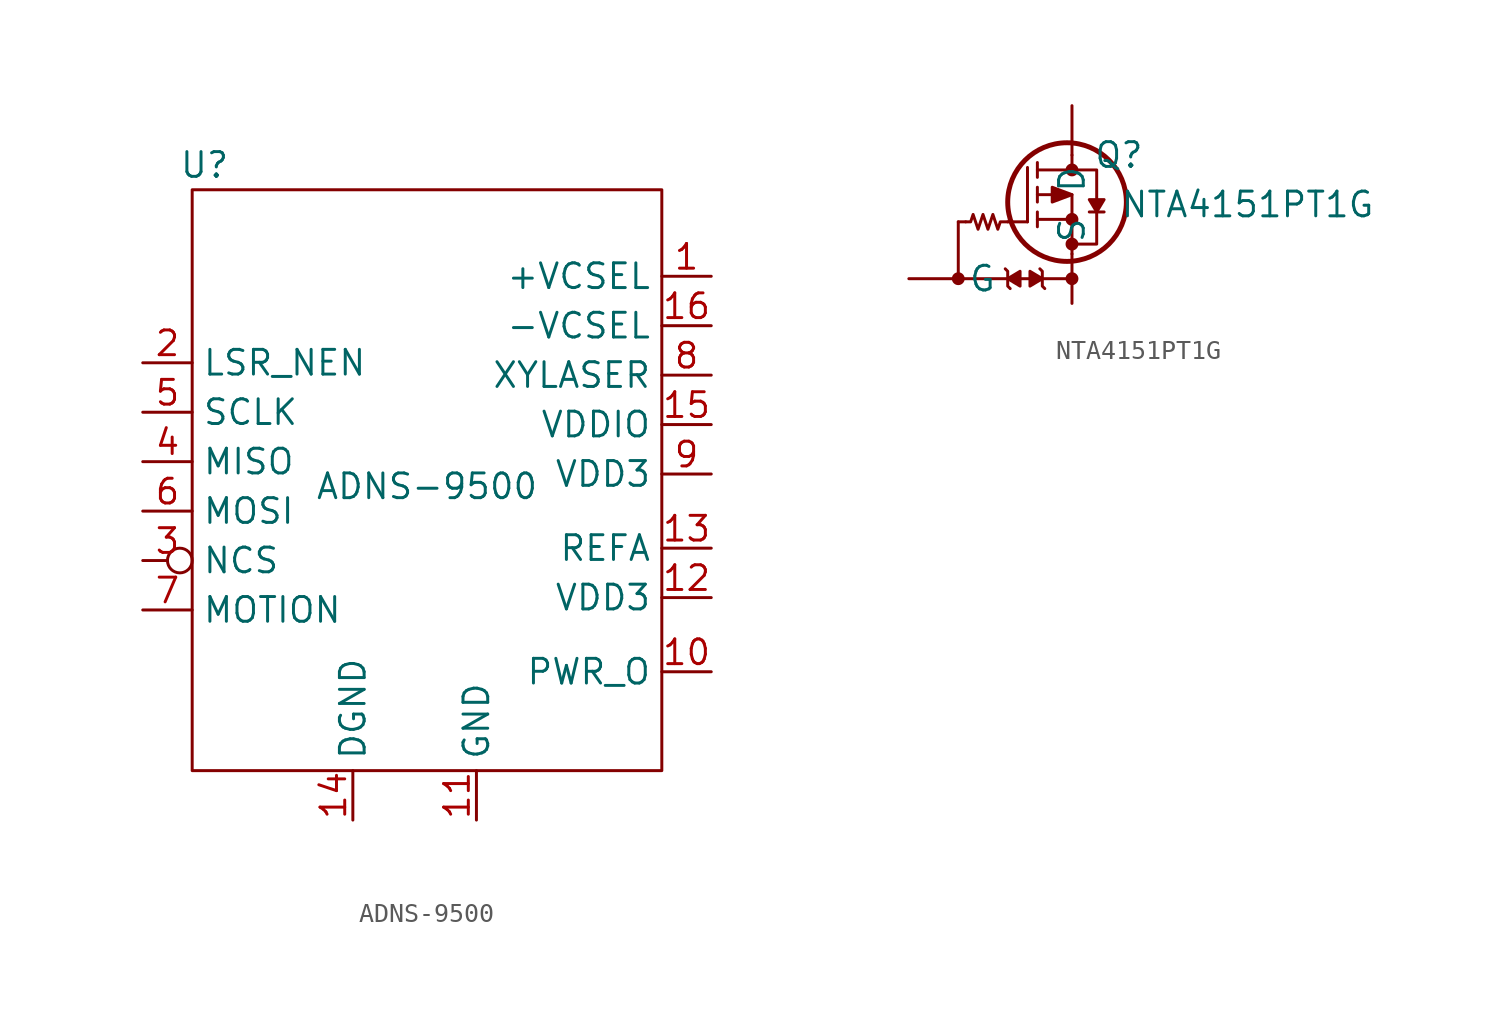
<source format=kicad_sym>
(kicad_symbol_lib
  (version 20220914)
  (generator kicad_symbol_editor)
  (symbol "ADNS-9500"
    (property "Reference" "U"
      (at -11.43 16.51 0)
      (effects (font (size 1.27 1.27))))
    (property "Value" "ADNS-9500"
      (at 0 0 0)
      (effects (font (size 1.27 1.27))))
    (symbol "ADNS-9500_0_1"
      (polyline (pts (xy 12.065 -14.605) (xy 12.065 15.24) (xy -12.065 15.24) (xy -12.065 -14.605) (xy 12.065 -14.605)) (stroke (width 0) (type default)) (fill (type none))))
    (symbol "ADNS-9500_1_1"
      (pin input line (at 14.605 10.795 180) (length 2.54) (name "+VCSEL" (effects (font (size 1.27 1.27)))) (number "1" (effects (font (size 1.27 1.27)))))
      (pin input line (at 14.605 -9.525 180) (length 2.54) (name "PWR_O" (effects (font (size 1.27 1.27)))) (number "10" (effects (font (size 1.27 1.27)))))
      (pin input line (at 2.54 -17.145 90) (length 2.54) (name "GND" (effects (font (size 1.27 1.27)))) (number "11" (effects (font (size 1.27 1.27)))))
      (pin input line (at 14.605 -5.715 180) (length 2.54) (name "VDD3" (effects (font (size 1.27 1.27)))) (number "12" (effects (font (size 1.27 1.27)))))
      (pin input line (at 14.605 -3.175 180) (length 2.54) (name "REFA" (effects (font (size 1.27 1.27)))) (number "13" (effects (font (size 1.27 1.27)))))
      (pin input line (at -3.81 -17.145 90) (length 2.54) (name "DGND" (effects (font (size 1.27 1.27)))) (number "14" (effects (font (size 1.27 1.27)))))
      (pin input line (at 14.605 3.175 180) (length 2.54) (name "VDDIO" (effects (font (size 1.27 1.27)))) (number "15" (effects (font (size 1.27 1.27)))))
      (pin input line (at 14.605 8.255 180) (length 2.54) (name "-VCSEL" (effects (font (size 1.27 1.27)))) (number "16" (effects (font (size 1.27 1.27)))))
      (pin output line (at -14.605 6.35 0) (length 2.54) (name "LSR_NEN" (effects (font (size 1.27 1.27)))) (number "2" (effects (font (size 1.27 1.27)))))
      (pin input inverted (at -14.605 -3.81 0) (length 2.54) (name "NCS" (effects (font (size 1.27 1.27)))) (number "3" (effects (font (size 1.27 1.27)))))
      (pin bidirectional line (at -14.605 1.27 0) (length 2.54) (name "MISO" (effects (font (size 1.27 1.27)))) (number "4" (effects (font (size 1.27 1.27)))))
      (pin input line (at -14.605 3.81 0) (length 2.54) (name "SCLK" (effects (font (size 1.27 1.27)))) (number "5" (effects (font (size 1.27 1.27)))))
      (pin bidirectional line (at -14.605 -1.27 0) (length 2.54) (name "MOSI" (effects (font (size 1.27 1.27)))) (number "6" (effects (font (size 1.27 1.27)))))
      (pin output line (at -14.605 -6.35 0) (length 2.54) (name "MOTION" (effects (font (size 1.27 1.27)))) (number "7" (effects (font (size 1.27 1.27)))))
      (pin output line (at 14.605 5.715 180) (length 2.54) (name "XYLASER" (effects (font (size 1.27 1.27)))) (number "8" (effects (font (size 1.27 1.27)))))
      (pin output line (at 14.605 0.635 180) (length 2.54) (name "VDD3" (effects (font (size 1.27 1.27)))) (number "9" (effects (font (size 1.27 1.27)))))))
  (symbol "NTA4151PT1G"
    (property "Reference" "Q"
      (at 3.81 2.54 0)
      (effects (font (size 1.27 1.27))))
    (property "Value" "NTA4151PT1G "
      (at 10.414 0 0)
      (effects (font (size 1.27 1.27))))
    (symbol "NTA4151PT1G_0_1"
      (circle (center -4.445 -3.81) (radius 0.254) (stroke (width 0) (type default)) (fill (type outline)))
      (polyline (pts (xy -4.445 -0.889) (xy -4.445 -3.81)) (stroke (width 0) (type default)) (fill (type none)))
      (polyline (pts (xy -4.064 -0.889) (xy -4.445 -0.889)) (stroke (width 0) (type default)) (fill (type none)))
      (polyline (pts (xy -0.889 -0.889) (xy -1.905 -0.889)) (stroke (width 0) (type default)) (fill (type none)))
      (polyline (pts (xy 1.397 -3.81) (xy -4.445 -3.81)) (stroke (width 0) (type default)) (fill (type none)))
      (polyline (pts (xy 1.397 -0.762) (xy -0.381 -0.762)) (stroke (width 0) (type default)) (fill (type none)))
      (polyline (pts (xy 1.397 2.54) (xy 1.397 1.778)) (stroke (width 0) (type default)) (fill (type none)))
      (polyline (pts (xy 1.397 -2.54) (xy 1.397 0.508) (xy -0.381 0.508)) (stroke (width 0) (type default)) (fill (type none)))
      (polyline (pts (xy -2.032 -3.302) (xy -1.905 -3.429) (xy -1.905 -4.191) (xy -1.778 -4.318)) (stroke (width 0) (type default)) (fill (type none)))
      (polyline (pts (xy 0 -4.318) (xy -0.127 -4.191) (xy -0.127 -3.429) (xy -0.254 -3.302)) (stroke (width 0) (type default)) (fill (type none)))
      (polyline (pts (xy 1.397 -2.032) (xy 2.667 -2.032) (xy 2.667 1.778) (xy -0.381 1.778)) (stroke (width 0) (type default)) (fill (type none)))
      (polyline (pts (xy 1.397 0.508) (xy 0.381 0.889) (xy 0.381 0.127) (xy 1.397 0.508)) (stroke (width 0) (type default)) (fill (type outline)))
      (polyline (pts (xy 2.286 -0.381) (xy 2.286 -0.381) (xy 3.048 -0.381) (xy 3.048 -0.381)) (stroke (width 0) (type default)) (fill (type none)))
      (polyline (pts (xy -1.905 -0.889) (xy -2.286 -0.889) (xy -2.413 -1.27) (xy -2.667 -0.508) (xy -2.921 -1.27) (xy -3.175 -0.508) (xy -3.429 -1.27) (xy -3.683 -0.508) (xy -3.81 -0.889) (xy -4.064 -0.889)) (stroke (width 0) (type default)) (fill (type none)))
      (circle (center 1.143 0.127) (radius 3.048) (stroke (width 0.254) (type default)) (fill (type none)))
      (circle (center 1.397 -3.81) (radius 0.254) (stroke (width 0) (type default)) (fill (type outline)))
      (circle (center 1.397 -2.032) (radius 0.254) (stroke (width 0) (type default)) (fill (type outline)))
      (circle (center 1.397 -0.762) (radius 0.254) (stroke (width 0) (type default)) (fill (type outline)))
      (circle (center 1.397 1.778) (radius 0.254) (stroke (width 0) (type default)) (fill (type outline))))
    (symbol "NTA4151PT1G_1_1"
      (polyline (pts (xy -0.889 1.905) (xy -0.889 -0.889)) (stroke (width 0) (type default)) (fill (type none)))
      (polyline (pts (xy -0.381 -0.381) (xy -0.381 -1.143)) (stroke (width 0) (type default)) (fill (type none)))
      (polyline (pts (xy -0.381 0.889) (xy -0.381 0.127)) (stroke (width 0) (type default)) (fill (type none)))
      (polyline (pts (xy -0.381 2.159) (xy -0.381 1.397)) (stroke (width 0) (type default)) (fill (type none)))
      (polyline (pts (xy -1.905 -3.81) (xy -1.27 -3.429) (xy -1.27 -4.191) (xy -1.905 -3.81)) (stroke (width 0) (type default)) (fill (type outline)))
      (polyline (pts (xy -0.127 -3.81) (xy -0.762 -4.191) (xy -0.762 -3.429) (xy -0.127 -3.81)) (stroke (width 0) (type default)) (fill (type outline)))
      (polyline (pts (xy 2.667 -0.381) (xy 2.286 0.254) (xy 3.048 0.254) (xy 2.667 -0.381)) (stroke (width 0) (type default)) (fill (type outline)))
      (pin passive line (at 1.397 5.08 270) (length 2.54) (name "D" (effects (font (size 1.27 1.27)))) (number "" (effects (font (size 1.27 1.27)))))
      (pin input line (at -6.985 -3.81 0) (length 2.54) (name "G" (effects (font (size 1.27 1.27)))) (number "" (effects (font (size 1.27 1.27)))))
      (pin passive line (at 1.397 -5.08 90) (length 2.54) (name "S" (effects (font (size 1.27 1.27)))) (number "" (effects (font (size 1.27 1.27))))))))
</source>
